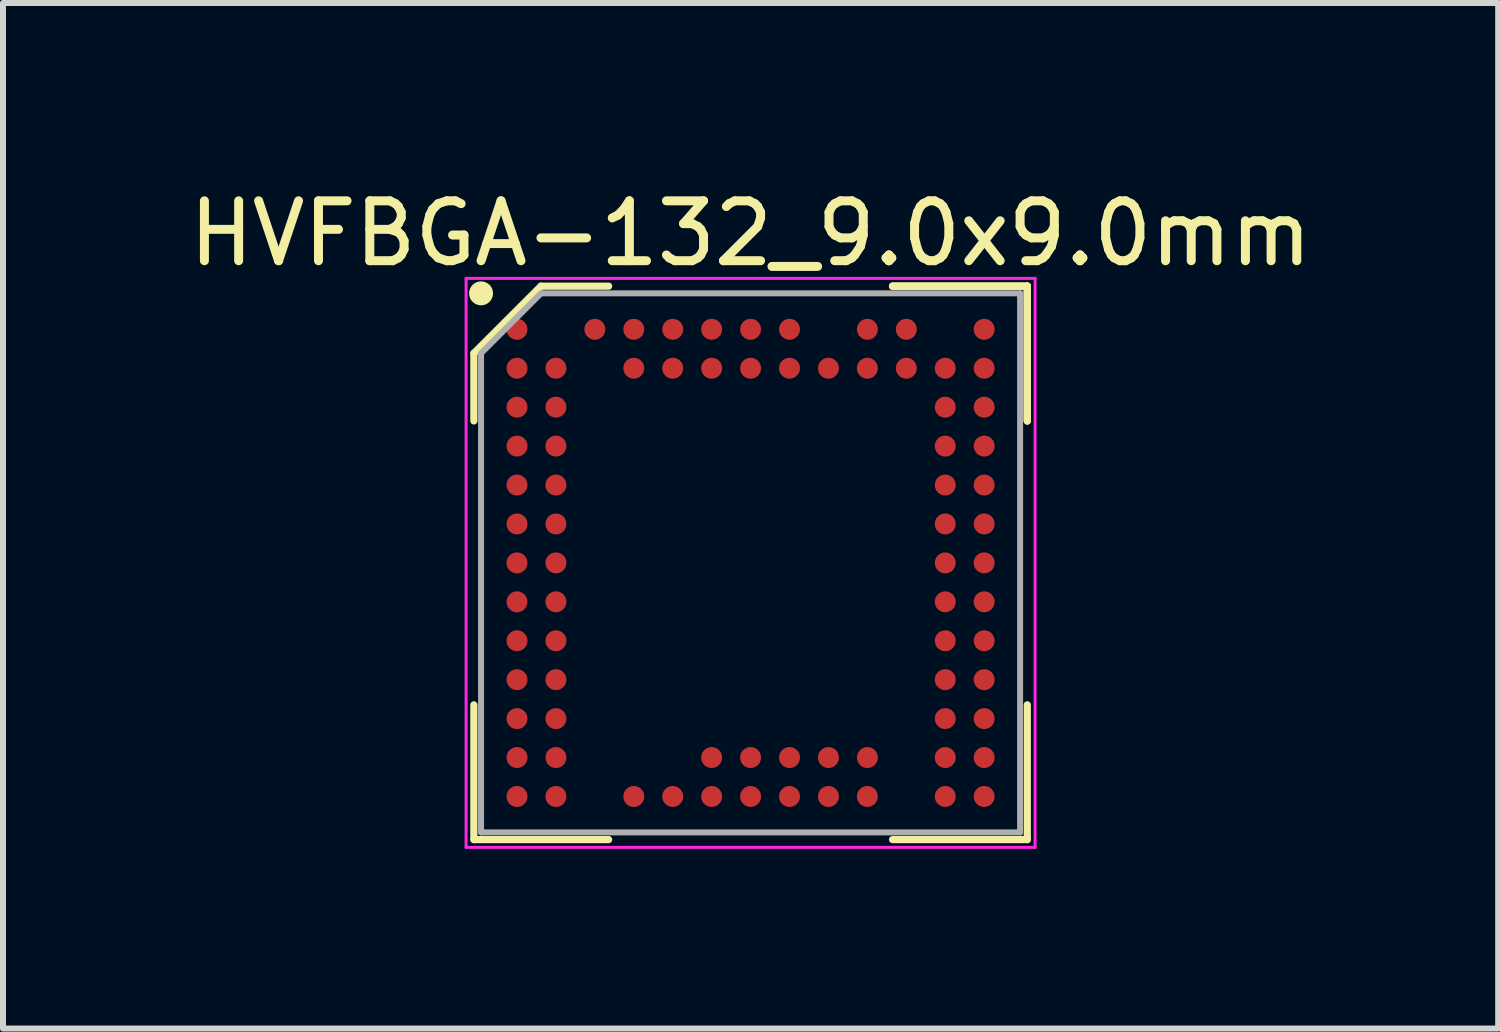
<source format=kicad_pcb>
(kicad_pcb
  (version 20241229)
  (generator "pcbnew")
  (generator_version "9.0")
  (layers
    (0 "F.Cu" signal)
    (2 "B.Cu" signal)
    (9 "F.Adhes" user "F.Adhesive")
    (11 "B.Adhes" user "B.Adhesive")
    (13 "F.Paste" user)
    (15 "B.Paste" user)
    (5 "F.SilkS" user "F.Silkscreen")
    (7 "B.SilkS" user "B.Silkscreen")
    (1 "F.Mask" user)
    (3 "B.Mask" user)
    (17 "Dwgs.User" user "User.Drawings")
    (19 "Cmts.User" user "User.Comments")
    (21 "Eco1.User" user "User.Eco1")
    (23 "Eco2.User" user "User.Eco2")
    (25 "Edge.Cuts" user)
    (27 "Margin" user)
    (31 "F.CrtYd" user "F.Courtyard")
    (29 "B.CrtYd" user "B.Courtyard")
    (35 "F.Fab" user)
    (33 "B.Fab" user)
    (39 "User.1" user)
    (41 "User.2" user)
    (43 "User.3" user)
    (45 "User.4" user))
  (footprint "HVFBGA-132_9.0x9.0mm"
    (layer "F.Cu")
    (at 9.482 6.348)
    (property "Reference" "HVFBGA-132_9.0x9.0mm" (at 0 -5.5 0) (layer "F.SilkS") (effects (font (size 1 1) (thickness 0.15))))
    (attr smd)
    (fp_line (start -4.62 -3.5) (end -4.62 -2.37) (stroke (width 0.12) (type solid)) (layer "F.SilkS"))
    (fp_line (start -4.62 4.62) (end -4.62 2.37) (stroke (width 0.12) (type solid)) (layer "F.SilkS"))
    (fp_line (start -3.5 -4.62) (end -4.62 -3.5) (stroke (width 0.12) (type solid)) (layer "F.SilkS"))
    (fp_line (start -2.37 -4.62) (end -3.5 -4.62) (stroke (width 0.12) (type solid)) (layer "F.SilkS"))
    (fp_line (start -2.37 4.62) (end -4.62 4.62) (stroke (width 0.12) (type solid)) (layer "F.SilkS"))
    (fp_line (start 2.37 -4.62) (end 4.62 -4.62) (stroke (width 0.12) (type solid)) (layer "F.SilkS"))
    (fp_line (start 2.37 -4.62) (end 4.62 -4.62) (stroke (width 0.12) (type solid)) (layer "F.SilkS"))
    (fp_line (start 2.37 -4.62) (end 4.62 -4.62) (stroke (width 0.12) (type solid)) (layer "F.SilkS"))
    (fp_line (start 2.37 4.62) (end 4.62 4.62) (stroke (width 0.12) (type solid)) (layer "F.SilkS"))
    (fp_line (start 4.62 -4.62) (end 4.62 -2.37) (stroke (width 0.12) (type solid)) (layer "F.SilkS"))
    (fp_line (start 4.62 -4.62) (end 4.62 -2.37) (stroke (width 0.12) (type solid)) (layer "F.SilkS"))
    (fp_line (start 4.62 -4.62) (end 4.62 -2.37) (stroke (width 0.12) (type solid)) (layer "F.SilkS"))
    (fp_line (start 4.62 4.62) (end 4.62 2.37) (stroke (width 0.12) (type solid)) (layer "F.SilkS"))
    (fp_circle (center -4.5 -4.5) (end -4.5 -4.4) (stroke (width 0.2) (type solid)) (fill no) (layer "F.SilkS"))
    (fp_line (start -4.75 -4.75) (end 4.75 -4.75) (stroke (width 0.05) (type solid)) (layer "F.CrtYd"))
    (fp_line (start -4.75 4.75) (end -4.75 -4.75) (stroke (width 0.05) (type solid)) (layer "F.CrtYd"))
    (fp_line (start 4.75 -4.75) (end 4.75 4.75) (stroke (width 0.05) (type solid)) (layer "F.CrtYd"))
    (fp_line (start 4.75 4.75) (end -4.75 4.75) (stroke (width 0.05) (type solid)) (layer "F.CrtYd"))
    (fp_line (start -4.5 -3.5) (end -4.5 4.5) (stroke (width 0.1) (type solid)) (layer "F.Fab"))
    (fp_line (start -4.5 4.5) (end 4.5 4.5) (stroke (width 0.1) (type solid)) (layer "F.Fab"))
    (fp_line (start -3.5 -4.5) (end -4.5 -3.5) (stroke (width 0.1) (type solid)) (layer "F.Fab"))
    (fp_line (start 4.5 -4.5) (end -3.5 -4.5) (stroke (width 0.1) (type solid)) (layer "F.Fab"))
    (fp_line (start 4.5 4.5) (end 4.5 -4.5) (stroke (width 0.1) (type solid)) (layer "F.Fab"))
    (pad "CLK" smd circle (at 0.65 -3.25) (size 0.35 0.35) (property pad_prop_bga) (layers "F.Cu" "F.Mask" "F.Paste"))
    (pad "CLR" smd circle (at 1.3 -3.25) (size 0.35 0.35) (property pad_prop_bga) (layers "F.Cu" "F.Mask" "F.Paste"))
    (pad "DIN" smd circle (at 0 -3.25) (size 0.35 0.35) (property pad_prop_bga) (layers "F.Cu" "F.Mask" "F.Paste"))
    (pad "DOUT" smd circle (at -1.3 -3.9) (size 0.35 0.35) (property pad_prop_bga) (layers "F.Cu" "F.Mask" "F.Paste"))
    (pad "GND" smd circle (at -0.65 -3.9) (size 0.35 0.35) (property pad_prop_bga) (layers "F.Cu" "F.Mask" "F.Paste"))
    (pad "LE'" smd circle (at 0.65 -3.9) (size 0.35 0.35) (property pad_prop_bga) (layers "F.Cu" "F.Mask" "F.Paste"))
    (pad "NC" smd circle (at -1.3 3.9) (size 0.35 0.35) (property pad_prop_bga) (layers "F.Cu" "F.Mask" "F.Paste"))
    (pad "NC" smd circle (at -0.65 -3.25) (size 0.35 0.35) (property pad_prop_bga) (layers "F.Cu" "F.Mask" "F.Paste"))
    (pad "NC" smd circle (at 1.95 3.25) (size 0.35 0.35) (property pad_prop_bga) (layers "F.Cu" "F.Mask" "F.Paste"))
    (pad "SW0A" smd circle (at -1.3 -3.25) (size 0.35 0.35) (property pad_prop_bga) (layers "F.Cu" "F.Mask" "F.Paste"))
    (pad "SW0B" smd circle (at -1.95 -3.9) (size 0.35 0.35) (property pad_prop_bga) (layers "F.Cu" "F.Mask" "F.Paste"))
    (pad "SW1A" smd circle (at -1.95 -3.25) (size 0.35 0.35) (property pad_prop_bga) (layers "F.Cu" "F.Mask" "F.Paste"))
    (pad "SW1B" smd circle (at -2.6 -3.9) (size 0.35 0.35) (property pad_prop_bga) (layers "F.Cu" "F.Mask" "F.Paste"))
    (pad "SW2A" smd circle (at -3.25 -3.25) (size 0.35 0.35) (property pad_prop_bga) (layers "F.Cu" "F.Mask" "F.Paste"))
    (pad "SW2B" smd circle (at -3.9 -3.9) (size 0.35 0.35) (property pad_prop_bga) (layers "F.Cu" "F.Mask" "F.Paste"))
    (pad "SW3A" smd circle (at -3.9 -3.25) (size 0.35 0.35) (property pad_prop_bga) (layers "F.Cu" "F.Mask" "F.Paste"))
    (pad "SW3B" smd circle (at -3.25 -2.6) (size 0.35 0.35) (property pad_prop_bga) (layers "F.Cu" "F.Mask" "F.Paste"))
    (pad "SW4A" smd circle (at -3.9 -2.6) (size 0.35 0.35) (property pad_prop_bga) (layers "F.Cu" "F.Mask" "F.Paste"))
    (pad "SW4B" smd circle (at -3.25 -1.95) (size 0.35 0.35) (property pad_prop_bga) (layers "F.Cu" "F.Mask" "F.Paste"))
    (pad "SW5A" smd circle (at -3.9 -1.95) (size 0.35 0.35) (property pad_prop_bga) (layers "F.Cu" "F.Mask" "F.Paste"))
    (pad "SW5B" smd circle (at -3.25 -1.3) (size 0.35 0.35) (property pad_prop_bga) (layers "F.Cu" "F.Mask" "F.Paste"))
    (pad "SW6A" smd circle (at -3.9 -1.3) (size 0.35 0.35) (property pad_prop_bga) (layers "F.Cu" "F.Mask" "F.Paste"))
    (pad "SW6B" smd circle (at -3.25 -0.65) (size 0.35 0.35) (property pad_prop_bga) (layers "F.Cu" "F.Mask" "F.Paste"))
    (pad "SW7A" smd circle (at -3.9 -0.65) (size 0.35 0.35) (property pad_prop_bga) (layers "F.Cu" "F.Mask" "F.Paste"))
    (pad "SW7B" smd circle (at -3.25 0) (size 0.35 0.35) (property pad_prop_bga) (layers "F.Cu" "F.Mask" "F.Paste"))
    (pad "SW8A" smd circle (at -3.9 0) (size 0.35 0.35) (property pad_prop_bga) (layers "F.Cu" "F.Mask" "F.Paste"))
    (pad "SW8B" smd circle (at -3.25 0.65) (size 0.35 0.35) (property pad_prop_bga) (layers "F.Cu" "F.Mask" "F.Paste"))
    (pad "SW9A" smd circle (at -3.9 0.65) (size 0.35 0.35) (property pad_prop_bga) (layers "F.Cu" "F.Mask" "F.Paste"))
    (pad "SW9B" smd circle (at -3.25 1.3) (size 0.35 0.35) (property pad_prop_bga) (layers "F.Cu" "F.Mask" "F.Paste"))
    (pad "SW10A" smd circle (at -3.9 1.3) (size 0.35 0.35) (property pad_prop_bga) (layers "F.Cu" "F.Mask" "F.Paste"))
    (pad "SW10B" smd circle (at -3.25 1.95) (size 0.35 0.35) (property pad_prop_bga) (layers "F.Cu" "F.Mask" "F.Paste"))
    (pad "SW11A" smd circle (at -3.9 1.95) (size 0.35 0.35) (property pad_prop_bga) (layers "F.Cu" "F.Mask" "F.Paste"))
    (pad "SW11B" smd circle (at -3.25 2.6) (size 0.35 0.35) (property pad_prop_bga) (layers "F.Cu" "F.Mask" "F.Paste"))
    (pad "SW12A" smd circle (at -3.9 2.6) (size 0.35 0.35) (property pad_prop_bga) (layers "F.Cu" "F.Mask" "F.Paste"))
    (pad "SW12B" smd circle (at -3.25 3.25) (size 0.35 0.35) (property pad_prop_bga) (layers "F.Cu" "F.Mask" "F.Paste"))
    (pad "SW13A" smd circle (at -3.9 3.25) (size 0.35 0.35) (property pad_prop_bga) (layers "F.Cu" "F.Mask" "F.Paste"))
    (pad "SW13B" smd circle (at -3.9 3.9) (size 0.35 0.35) (property pad_prop_bga) (layers "F.Cu" "F.Mask" "F.Paste"))
    (pad "SW14A" smd circle (at -0.65 3.25) (size 0.35 0.35) (property pad_prop_bga) (layers "F.Cu" "F.Mask" "F.Paste"))
    (pad "SW14B" smd circle (at -0.65 3.9) (size 0.35 0.35) (property pad_prop_bga) (layers "F.Cu" "F.Mask" "F.Paste"))
    (pad "SW15A" smd circle (at 0 3.25) (size 0.35 0.35) (property pad_prop_bga) (layers "F.Cu" "F.Mask" "F.Paste"))
    (pad "SW15B" smd circle (at 0 3.9) (size 0.35 0.35) (property pad_prop_bga) (layers "F.Cu" "F.Mask" "F.Paste"))
    (pad "SW16A" smd circle (at 0.65 3.25) (size 0.35 0.35) (property pad_prop_bga) (layers "F.Cu" "F.Mask" "F.Paste"))
    (pad "SW16B" smd circle (at 0.65 3.9) (size 0.35 0.35) (property pad_prop_bga) (layers "F.Cu" "F.Mask" "F.Paste"))
    (pad "SW17A" smd circle (at 1.3 3.25) (size 0.35 0.35) (property pad_prop_bga) (layers "F.Cu" "F.Mask" "F.Paste"))
    (pad "SW17B" smd circle (at 1.3 3.9) (size 0.35 0.35) (property pad_prop_bga) (layers "F.Cu" "F.Mask" "F.Paste"))
    (pad "SW18A" smd circle (at 3.25 3.25) (size 0.35 0.35) (property pad_prop_bga) (layers "F.Cu" "F.Mask" "F.Paste"))
    (pad "SW18B" smd circle (at 3.9 3.9) (size 0.35 0.35) (property pad_prop_bga) (layers "F.Cu" "F.Mask" "F.Paste"))
    (pad "SW19A" smd circle (at 3.9 3.25) (size 0.35 0.35) (property pad_prop_bga) (layers "F.Cu" "F.Mask" "F.Paste"))
    (pad "SW19B" smd circle (at 3.25 2.6) (size 0.35 0.35) (property pad_prop_bga) (layers "F.Cu" "F.Mask" "F.Paste"))
    (pad "SW20A" smd circle (at 3.9 2.6) (size 0.35 0.35) (property pad_prop_bga) (layers "F.Cu" "F.Mask" "F.Paste"))
    (pad "SW20B" smd circle (at 3.25 1.95) (size 0.35 0.35) (property pad_prop_bga) (layers "F.Cu" "F.Mask" "F.Paste"))
    (pad "SW21A" smd circle (at 3.9 1.95) (size 0.35 0.35) (property pad_prop_bga) (layers "F.Cu" "F.Mask" "F.Paste"))
    (pad "SW21B" smd circle (at 3.25 1.3) (size 0.35 0.35) (property pad_prop_bga) (layers "F.Cu" "F.Mask" "F.Paste"))
    (pad "SW22A" smd circle (at 3.9 1.3) (size 0.35 0.35) (property pad_prop_bga) (layers "F.Cu" "F.Mask" "F.Paste"))
    (pad "SW22B" smd circle (at 3.25 0.65) (size 0.35 0.35) (property pad_prop_bga) (layers "F.Cu" "F.Mask" "F.Paste"))
    (pad "SW23A" smd circle (at 3.9 0.65) (size 0.35 0.35) (property pad_prop_bga) (layers "F.Cu" "F.Mask" "F.Paste"))
    (pad "SW23B" smd circle (at 3.25 0) (size 0.35 0.35) (property pad_prop_bga) (layers "F.Cu" "F.Mask" "F.Paste"))
    (pad "SW24A" smd circle (at 3.9 0) (size 0.35 0.35) (property pad_prop_bga) (layers "F.Cu" "F.Mask" "F.Paste"))
    (pad "SW24B" smd circle (at 3.25 -0.65) (size 0.35 0.35) (property pad_prop_bga) (layers "F.Cu" "F.Mask" "F.Paste"))
    (pad "SW25A" smd circle (at 3.9 -0.65) (size 0.35 0.35) (property pad_prop_bga) (layers "F.Cu" "F.Mask" "F.Paste"))
    (pad "SW25B" smd circle (at 3.25 -1.3) (size 0.35 0.35) (property pad_prop_bga) (layers "F.Cu" "F.Mask" "F.Paste"))
    (pad "SW26A" smd circle (at 3.9 -1.3) (size 0.35 0.35) (property pad_prop_bga) (layers "F.Cu" "F.Mask" "F.Paste"))
    (pad "SW26B" smd circle (at 3.25 -1.95) (size 0.35 0.35) (property pad_prop_bga) (layers "F.Cu" "F.Mask" "F.Paste"))
    (pad "SW27A" smd circle (at 3.9 -1.95) (size 0.35 0.35) (property pad_prop_bga) (layers "F.Cu" "F.Mask" "F.Paste"))
    (pad "SW27B" smd circle (at 3.25 -2.6) (size 0.35 0.35) (property pad_prop_bga) (layers "F.Cu" "F.Mask" "F.Paste"))
    (pad "SW28A" smd circle (at 3.9 -2.6) (size 0.35 0.35) (property pad_prop_bga) (layers "F.Cu" "F.Mask" "F.Paste"))
    (pad "SW28B" smd circle (at 3.25 -3.25) (size 0.35 0.35) (property pad_prop_bga) (layers "F.Cu" "F.Mask" "F.Paste"))
    (pad "SW29A" smd circle (at 3.9 -3.25) (size 0.35 0.35) (property pad_prop_bga) (layers "F.Cu" "F.Mask" "F.Paste"))
    (pad "SW29B" smd circle (at 3.9 -3.9) (size 0.35 0.35) (property pad_prop_bga) (layers "F.Cu" "F.Mask" "F.Paste"))
    (pad "SW30A" smd circle (at 2.6 -3.9) (size 0.35 0.35) (layers "F.Cu" "F.Mask" "F.Paste"))
    (pad "SW30B" smd circle (at 2.6 -3.25) (size 0.35 0.35) (property pad_prop_bga) (layers "F.Cu" "F.Mask" "F.Paste"))
    (pad "SW31A" smd circle (at 1.95 -3.9) (size 0.35 0.35) (property pad_prop_bga) (layers "F.Cu" "F.Mask" "F.Paste"))
    (pad "SW31B" smd circle (at 1.95 -3.25) (size 0.35 0.35) (property pad_prop_bga) (layers "F.Cu" "F.Mask" "F.Paste"))
    (pad "VDD" smd circle (at 0 -3.9) (size 0.35 0.35) (property pad_prop_bga) (layers "F.Cu" "F.Mask" "F.Paste"))
    (pad "VNN" smd circle (at -3.25 3.9) (size 0.35 0.35) (property pad_prop_bga) (layers "F.Cu" "F.Mask" "F.Paste"))
    (pad "VNN" smd circle (at 3.25 3.9) (size 0.35 0.35) (property pad_prop_bga) (layers "F.Cu" "F.Mask" "F.Paste"))
    (pad "VPP" smd circle (at -1.95 3.9) (size 0.35 0.35) (property pad_prop_bga) (layers "F.Cu" "F.Mask" "F.Paste"))
    (pad "VPP" smd circle (at 1.95 3.9) (size 0.35 0.35) (property pad_prop_bga) (layers "F.Cu" "F.Mask" "F.Paste")))
  (gr_rect
    (start -3 -3)
    (end 21.964 14.123)
    (stroke (width 0.1) (type default))
    (fill no)
    (layer "Edge.Cuts")))
</source>
